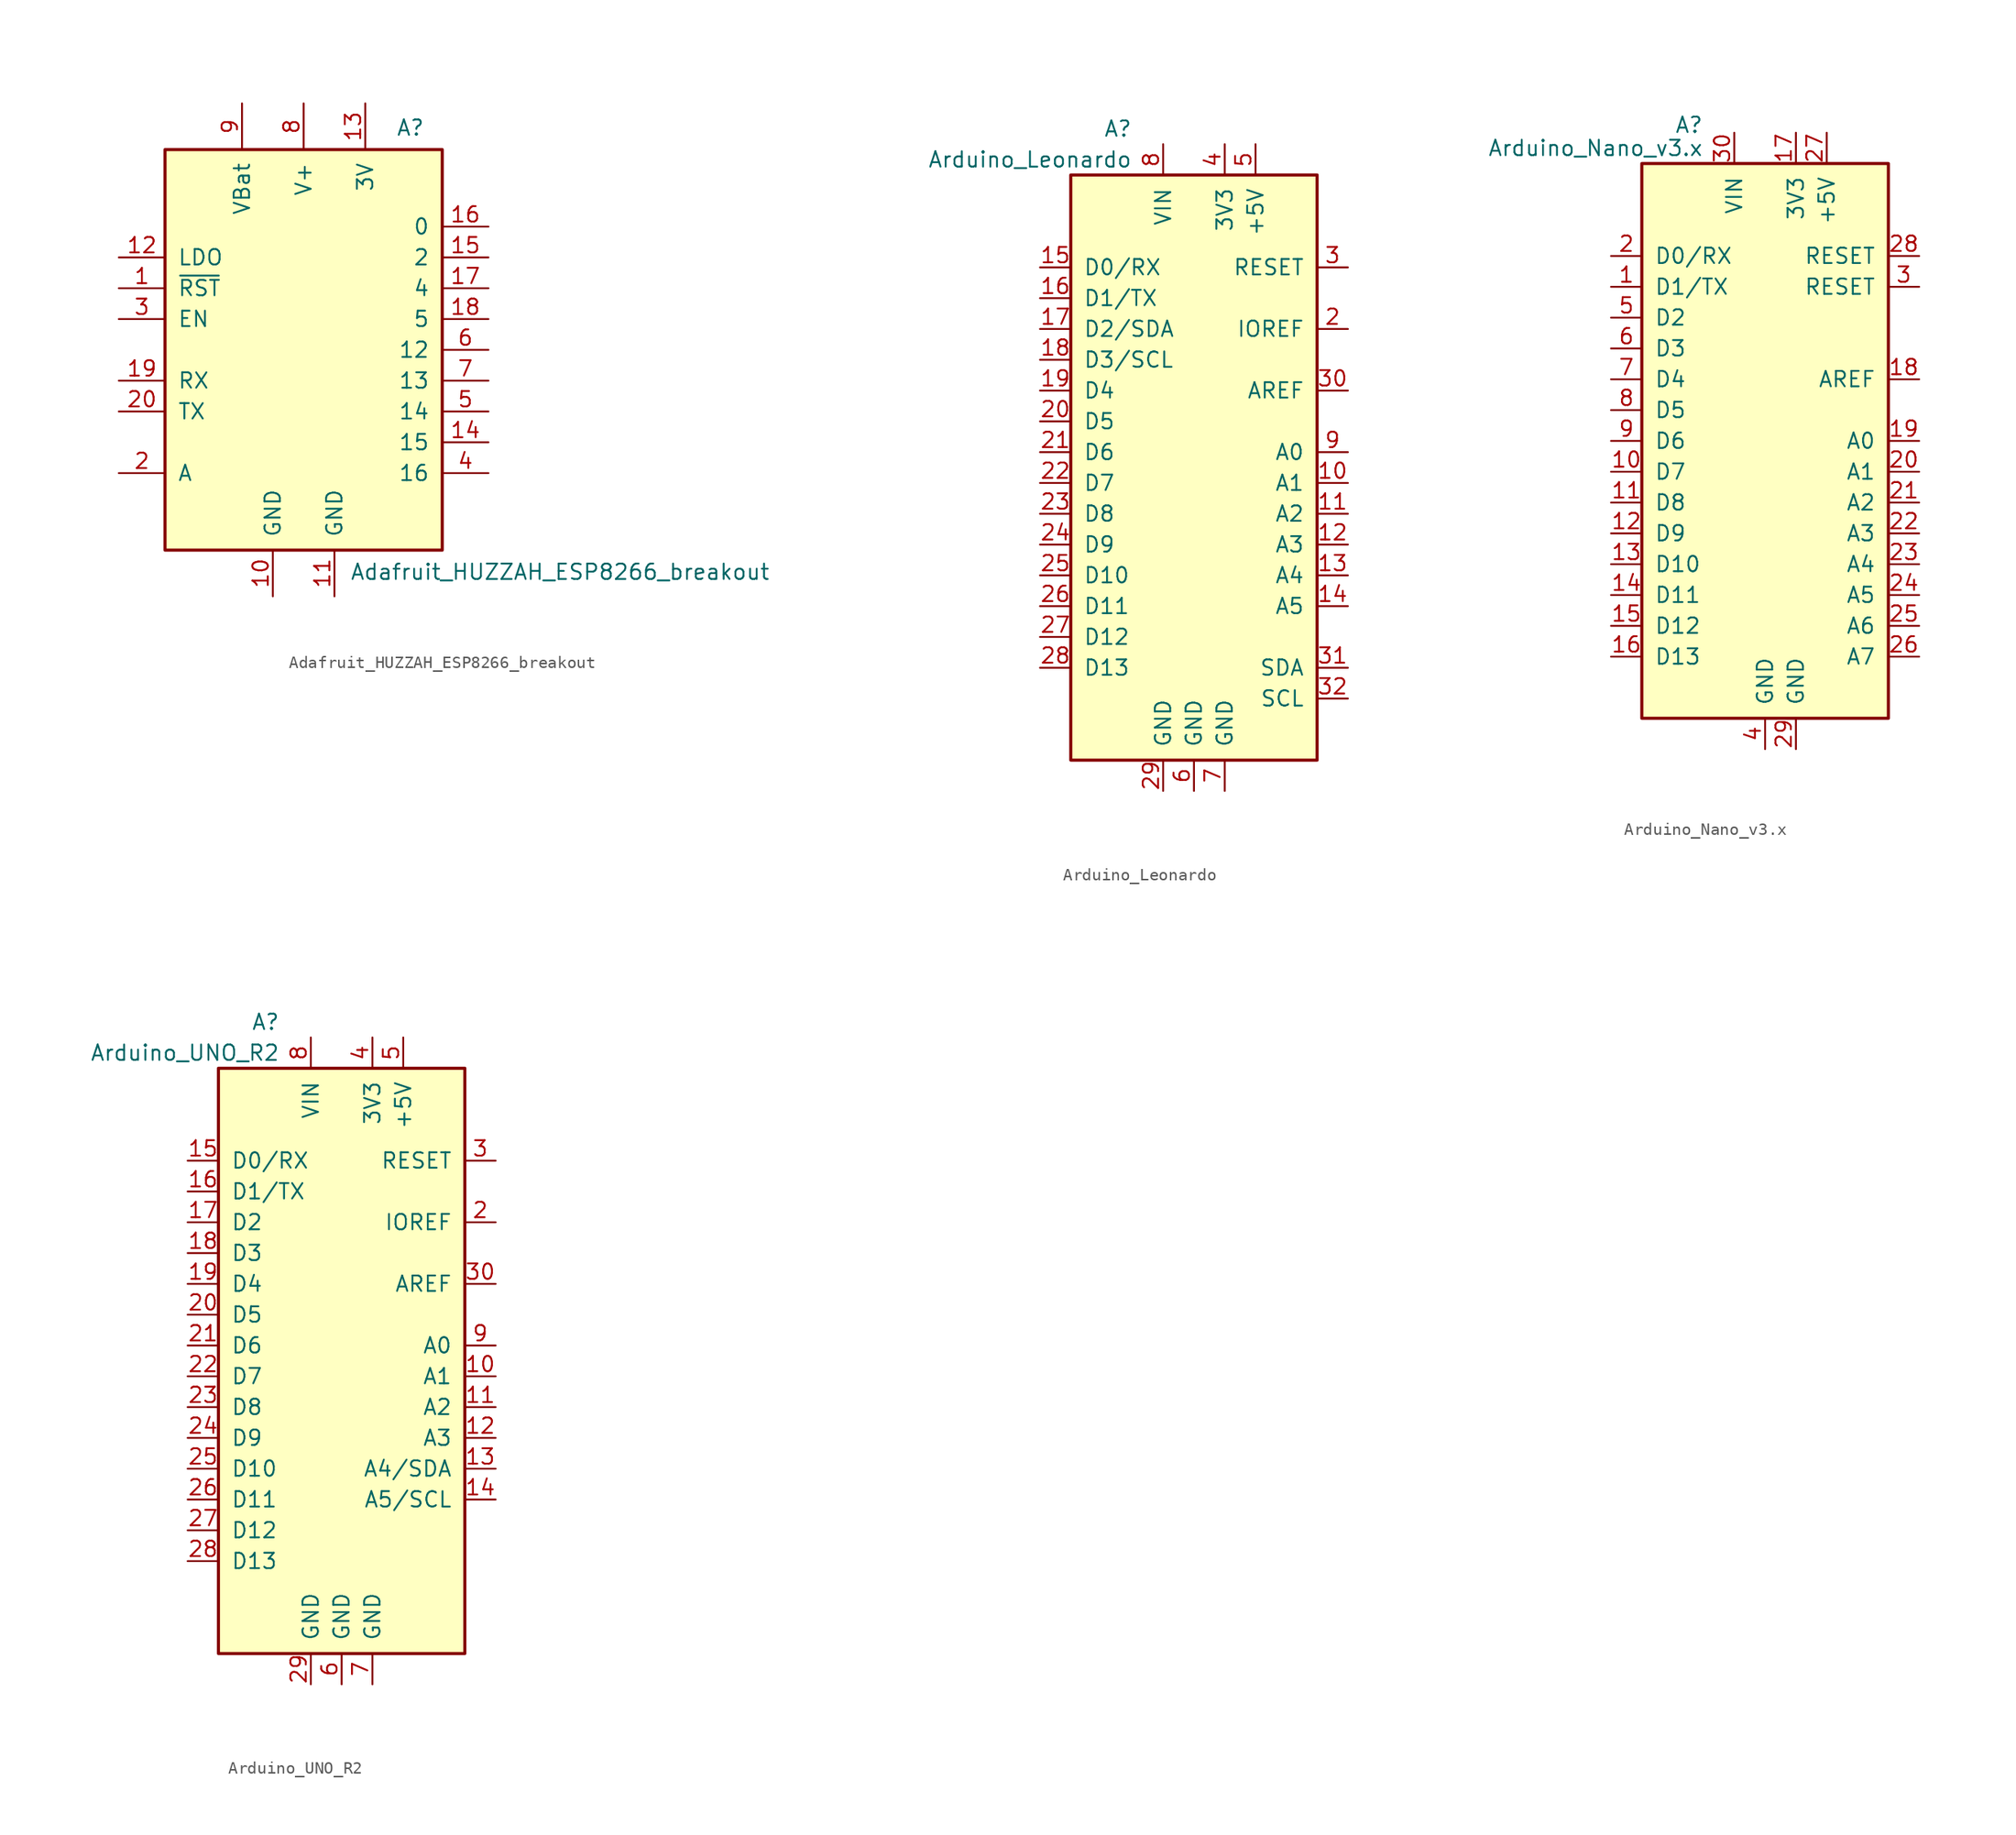
<source format=kicad_sym>
(kicad_symbol_lib
  (version 20201005)
  (generator kicad_symbol_editor)
  (symbol "Adafruit_HUZZAH_ESP8266_breakout"
    (pin_names
      (offset 1.016))
    (property "Reference" "A"
      (at 7.62 19.05 0)
      (effects (font (size 1.27 1.27)) (justify left top)))
    (property "Value" "Adafruit_HUZZAH_ESP8266_breakout"
      (at 3.81 -19.05 0)
      (effects (font (size 1.27 1.27)) (justify left bottom)))
    (symbol "Adafruit_HUZZAH_ESP8266_breakout_0_1"
      (rectangle (start -11.43 16.51) (end 11.43 -16.51) (stroke (width 0.254)) (fill (type background))))
    (symbol "Adafruit_HUZZAH_ESP8266_breakout_1_1"
      (pin input line (at -15.24 5.08 0) (length 3.81) (name "~RST" (effects (font (size 1.27 1.27)))) (number "1" (effects (font (size 1.27 1.27)))))
      (pin power_in line (at -2.54 -20.32 90) (length 3.81) (name "GND" (effects (font (size 1.27 1.27)))) (number "10" (effects (font (size 1.27 1.27)))))
      (pin power_in line (at 2.54 -20.32 90) (length 3.81) (name "GND" (effects (font (size 1.27 1.27)))) (number "11" (effects (font (size 1.27 1.27)))))
      (pin input line (at -15.24 7.62 0) (length 3.81) (name "LDO" (effects (font (size 1.27 1.27)))) (number "12" (effects (font (size 1.27 1.27)))))
      (pin power_out line (at 5.08 20.32 270) (length 3.81) (name "3V" (effects (font (size 1.27 1.27)))) (number "13" (effects (font (size 1.27 1.27)))))
      (pin bidirectional line (at 15.24 -7.62 180) (length 3.81) (name "15" (effects (font (size 1.27 1.27)))) (number "14" (effects (font (size 1.27 1.27)))))
      (pin bidirectional line (at 15.24 7.62 180) (length 3.81) (name "2" (effects (font (size 1.27 1.27)))) (number "15" (effects (font (size 1.27 1.27)))))
      (pin bidirectional line (at 15.24 10.16 180) (length 3.81) (name "0" (effects (font (size 1.27 1.27)))) (number "16" (effects (font (size 1.27 1.27)))))
      (pin bidirectional line (at 15.24 5.08 180) (length 3.81) (name "4" (effects (font (size 1.27 1.27)))) (number "17" (effects (font (size 1.27 1.27)))))
      (pin bidirectional line (at 15.24 2.54 180) (length 3.81) (name "5" (effects (font (size 1.27 1.27)))) (number "18" (effects (font (size 1.27 1.27)))))
      (pin input line (at -15.24 -2.54 0) (length 3.81) (name "RX" (effects (font (size 1.27 1.27)))) (number "19" (effects (font (size 1.27 1.27)))))
      (pin input line (at -15.24 -10.16 0) (length 3.81) (name "A" (effects (font (size 1.27 1.27)))) (number "2" (effects (font (size 1.27 1.27)))))
      (pin output line (at -15.24 -5.08 0) (length 3.81) (name "TX" (effects (font (size 1.27 1.27)))) (number "20" (effects (font (size 1.27 1.27)))))
      (pin input line (at -15.24 2.54 0) (length 3.81) (name "EN" (effects (font (size 1.27 1.27)))) (number "3" (effects (font (size 1.27 1.27)))))
      (pin bidirectional line (at 15.24 -10.16 180) (length 3.81) (name "16" (effects (font (size 1.27 1.27)))) (number "4" (effects (font (size 1.27 1.27)))))
      (pin bidirectional line (at 15.24 -5.08 180) (length 3.81) (name "14" (effects (font (size 1.27 1.27)))) (number "5" (effects (font (size 1.27 1.27)))))
      (pin bidirectional line (at 15.24 0 180) (length 3.81) (name "12" (effects (font (size 1.27 1.27)))) (number "6" (effects (font (size 1.27 1.27)))))
      (pin bidirectional line (at 15.24 -2.54 180) (length 3.81) (name "13" (effects (font (size 1.27 1.27)))) (number "7" (effects (font (size 1.27 1.27)))))
      (pin power_in line (at 0 20.32 270) (length 3.81) (name "V+" (effects (font (size 1.27 1.27)))) (number "8" (effects (font (size 1.27 1.27)))))
      (pin power_in line (at -5.08 20.32 270) (length 3.81) (name "VBat" (effects (font (size 1.27 1.27)))) (number "9" (effects (font (size 1.27 1.27)))))))
  (symbol "Arduino_Leonardo"
    (pin_names
      (offset 1.016))
    (property "Reference" "A"
      (at -5.08 26.67 0)
      (effects (font (size 1.27 1.27)) (justify right)))
    (property "Value" "Arduino_Leonardo"
      (at -5.08 24.13 0)
      (effects (font (size 1.27 1.27)) (justify right)))
    (symbol "Arduino_Leonardo_0_1"
      (rectangle (start -10.16 22.86) (end 10.16 -25.4) (stroke (width 0.254)) (fill (type background))))
    (symbol "Arduino_Leonardo_1_1"
      (pin no_connect line (at -12.7 -20.32 0) (length 2.54) hide (name "NC" (effects (font (size 1.27 1.27)))) (number "1" (effects (font (size 1.27 1.27)))))
      (pin bidirectional line (at 12.7 -2.54 180) (length 2.54) (name "A1" (effects (font (size 1.27 1.27)))) (number "10" (effects (font (size 1.27 1.27)))))
      (pin bidirectional line (at 12.7 -5.08 180) (length 2.54) (name "A2" (effects (font (size 1.27 1.27)))) (number "11" (effects (font (size 1.27 1.27)))))
      (pin bidirectional line (at 12.7 -7.62 180) (length 2.54) (name "A3" (effects (font (size 1.27 1.27)))) (number "12" (effects (font (size 1.27 1.27)))))
      (pin bidirectional line (at 12.7 -10.16 180) (length 2.54) (name "A4" (effects (font (size 1.27 1.27)))) (number "13" (effects (font (size 1.27 1.27)))))
      (pin bidirectional line (at 12.7 -12.7 180) (length 2.54) (name "A5" (effects (font (size 1.27 1.27)))) (number "14" (effects (font (size 1.27 1.27)))))
      (pin bidirectional line (at -12.7 15.24 0) (length 2.54) (name "D0/RX" (effects (font (size 1.27 1.27)))) (number "15" (effects (font (size 1.27 1.27)))))
      (pin bidirectional line (at -12.7 12.7 0) (length 2.54) (name "D1/TX" (effects (font (size 1.27 1.27)))) (number "16" (effects (font (size 1.27 1.27)))))
      (pin bidirectional line (at -12.7 10.16 0) (length 2.54) (name "D2/SDA" (effects (font (size 1.27 1.27)))) (number "17" (effects (font (size 1.27 1.27)))))
      (pin bidirectional line (at -12.7 7.62 0) (length 2.54) (name "D3/SCL" (effects (font (size 1.27 1.27)))) (number "18" (effects (font (size 1.27 1.27)))))
      (pin bidirectional line (at -12.7 5.08 0) (length 2.54) (name "D4" (effects (font (size 1.27 1.27)))) (number "19" (effects (font (size 1.27 1.27)))))
      (pin output line (at 12.7 10.16 180) (length 2.54) (name "IOREF" (effects (font (size 1.27 1.27)))) (number "2" (effects (font (size 1.27 1.27)))))
      (pin bidirectional line (at -12.7 2.54 0) (length 2.54) (name "D5" (effects (font (size 1.27 1.27)))) (number "20" (effects (font (size 1.27 1.27)))))
      (pin bidirectional line (at -12.7 0 0) (length 2.54) (name "D6" (effects (font (size 1.27 1.27)))) (number "21" (effects (font (size 1.27 1.27)))))
      (pin bidirectional line (at -12.7 -2.54 0) (length 2.54) (name "D7" (effects (font (size 1.27 1.27)))) (number "22" (effects (font (size 1.27 1.27)))))
      (pin bidirectional line (at -12.7 -5.08 0) (length 2.54) (name "D8" (effects (font (size 1.27 1.27)))) (number "23" (effects (font (size 1.27 1.27)))))
      (pin bidirectional line (at -12.7 -7.62 0) (length 2.54) (name "D9" (effects (font (size 1.27 1.27)))) (number "24" (effects (font (size 1.27 1.27)))))
      (pin bidirectional line (at -12.7 -10.16 0) (length 2.54) (name "D10" (effects (font (size 1.27 1.27)))) (number "25" (effects (font (size 1.27 1.27)))))
      (pin bidirectional line (at -12.7 -12.7 0) (length 2.54) (name "D11" (effects (font (size 1.27 1.27)))) (number "26" (effects (font (size 1.27 1.27)))))
      (pin bidirectional line (at -12.7 -15.24 0) (length 2.54) (name "D12" (effects (font (size 1.27 1.27)))) (number "27" (effects (font (size 1.27 1.27)))))
      (pin bidirectional line (at -12.7 -17.78 0) (length 2.54) (name "D13" (effects (font (size 1.27 1.27)))) (number "28" (effects (font (size 1.27 1.27)))))
      (pin power_in line (at -2.54 -27.94 90) (length 2.54) (name "GND" (effects (font (size 1.27 1.27)))) (number "29" (effects (font (size 1.27 1.27)))))
      (pin input line (at 12.7 15.24 180) (length 2.54) (name "RESET" (effects (font (size 1.27 1.27)))) (number "3" (effects (font (size 1.27 1.27)))))
      (pin input line (at 12.7 5.08 180) (length 2.54) (name "AREF" (effects (font (size 1.27 1.27)))) (number "30" (effects (font (size 1.27 1.27)))))
      (pin bidirectional line (at 12.7 -17.78 180) (length 2.54) (name "SDA" (effects (font (size 1.27 1.27)))) (number "31" (effects (font (size 1.27 1.27)))))
      (pin bidirectional line (at 12.7 -20.32 180) (length 2.54) (name "SCL" (effects (font (size 1.27 1.27)))) (number "32" (effects (font (size 1.27 1.27)))))
      (pin power_out line (at 2.54 25.4 270) (length 2.54) (name "3V3" (effects (font (size 1.27 1.27)))) (number "4" (effects (font (size 1.27 1.27)))))
      (pin power_out line (at 5.08 25.4 270) (length 2.54) (name "+5V" (effects (font (size 1.27 1.27)))) (number "5" (effects (font (size 1.27 1.27)))))
      (pin power_in line (at 0 -27.94 90) (length 2.54) (name "GND" (effects (font (size 1.27 1.27)))) (number "6" (effects (font (size 1.27 1.27)))))
      (pin power_in line (at 2.54 -27.94 90) (length 2.54) (name "GND" (effects (font (size 1.27 1.27)))) (number "7" (effects (font (size 1.27 1.27)))))
      (pin power_in line (at -2.54 25.4 270) (length 2.54) (name "VIN" (effects (font (size 1.27 1.27)))) (number "8" (effects (font (size 1.27 1.27)))))
      (pin bidirectional line (at 12.7 0 180) (length 2.54) (name "A0" (effects (font (size 1.27 1.27)))) (number "9" (effects (font (size 1.27 1.27)))))))
  (symbol "Arduino_Nano_v3.x"
    (pin_names
      (offset 1.016))
    (property "Reference" "A"
      (at -5.08 26.035 0)
      (effects (font (size 1.27 1.27)) (justify right)))
    (property "Value" "Arduino_Nano_v3.x"
      (at -5.08 24.13 0)
      (effects (font (size 1.27 1.27)) (justify right)))
    (symbol "Arduino_Nano_v3.x_0_1"
      (rectangle (start -10.16 22.86) (end 10.16 -22.86) (stroke (width 0.254)) (fill (type background))))
    (symbol "Arduino_Nano_v3.x_1_1"
      (pin bidirectional line (at -12.7 12.7 0) (length 2.54) (name "D1/TX" (effects (font (size 1.27 1.27)))) (number "1" (effects (font (size 1.27 1.27)))))
      (pin bidirectional line (at -12.7 -2.54 0) (length 2.54) (name "D7" (effects (font (size 1.27 1.27)))) (number "10" (effects (font (size 1.27 1.27)))))
      (pin bidirectional line (at -12.7 -5.08 0) (length 2.54) (name "D8" (effects (font (size 1.27 1.27)))) (number "11" (effects (font (size 1.27 1.27)))))
      (pin bidirectional line (at -12.7 -7.62 0) (length 2.54) (name "D9" (effects (font (size 1.27 1.27)))) (number "12" (effects (font (size 1.27 1.27)))))
      (pin bidirectional line (at -12.7 -10.16 0) (length 2.54) (name "D10" (effects (font (size 1.27 1.27)))) (number "13" (effects (font (size 1.27 1.27)))))
      (pin bidirectional line (at -12.7 -12.7 0) (length 2.54) (name "D11" (effects (font (size 1.27 1.27)))) (number "14" (effects (font (size 1.27 1.27)))))
      (pin bidirectional line (at -12.7 -15.24 0) (length 2.54) (name "D12" (effects (font (size 1.27 1.27)))) (number "15" (effects (font (size 1.27 1.27)))))
      (pin bidirectional line (at -12.7 -17.78 0) (length 2.54) (name "D13" (effects (font (size 1.27 1.27)))) (number "16" (effects (font (size 1.27 1.27)))))
      (pin power_out line (at 2.54 25.4 270) (length 2.54) (name "3V3" (effects (font (size 1.27 1.27)))) (number "17" (effects (font (size 1.27 1.27)))))
      (pin input line (at 12.7 5.08 180) (length 2.54) (name "AREF" (effects (font (size 1.27 1.27)))) (number "18" (effects (font (size 1.27 1.27)))))
      (pin bidirectional line (at 12.7 0 180) (length 2.54) (name "A0" (effects (font (size 1.27 1.27)))) (number "19" (effects (font (size 1.27 1.27)))))
      (pin bidirectional line (at -12.7 15.24 0) (length 2.54) (name "D0/RX" (effects (font (size 1.27 1.27)))) (number "2" (effects (font (size 1.27 1.27)))))
      (pin bidirectional line (at 12.7 -2.54 180) (length 2.54) (name "A1" (effects (font (size 1.27 1.27)))) (number "20" (effects (font (size 1.27 1.27)))))
      (pin bidirectional line (at 12.7 -5.08 180) (length 2.54) (name "A2" (effects (font (size 1.27 1.27)))) (number "21" (effects (font (size 1.27 1.27)))))
      (pin bidirectional line (at 12.7 -7.62 180) (length 2.54) (name "A3" (effects (font (size 1.27 1.27)))) (number "22" (effects (font (size 1.27 1.27)))))
      (pin bidirectional line (at 12.7 -10.16 180) (length 2.54) (name "A4" (effects (font (size 1.27 1.27)))) (number "23" (effects (font (size 1.27 1.27)))))
      (pin bidirectional line (at 12.7 -12.7 180) (length 2.54) (name "A5" (effects (font (size 1.27 1.27)))) (number "24" (effects (font (size 1.27 1.27)))))
      (pin bidirectional line (at 12.7 -15.24 180) (length 2.54) (name "A6" (effects (font (size 1.27 1.27)))) (number "25" (effects (font (size 1.27 1.27)))))
      (pin bidirectional line (at 12.7 -17.78 180) (length 2.54) (name "A7" (effects (font (size 1.27 1.27)))) (number "26" (effects (font (size 1.27 1.27)))))
      (pin power_out line (at 5.08 25.4 270) (length 2.54) (name "+5V" (effects (font (size 1.27 1.27)))) (number "27" (effects (font (size 1.27 1.27)))))
      (pin input line (at 12.7 15.24 180) (length 2.54) (name "RESET" (effects (font (size 1.27 1.27)))) (number "28" (effects (font (size 1.27 1.27)))))
      (pin power_in line (at 2.54 -25.4 90) (length 2.54) (name "GND" (effects (font (size 1.27 1.27)))) (number "29" (effects (font (size 1.27 1.27)))))
      (pin input line (at 12.7 12.7 180) (length 2.54) (name "RESET" (effects (font (size 1.27 1.27)))) (number "3" (effects (font (size 1.27 1.27)))))
      (pin power_in line (at -2.54 25.4 270) (length 2.54) (name "VIN" (effects (font (size 1.27 1.27)))) (number "30" (effects (font (size 1.27 1.27)))))
      (pin power_in line (at 0 -25.4 90) (length 2.54) (name "GND" (effects (font (size 1.27 1.27)))) (number "4" (effects (font (size 1.27 1.27)))))
      (pin bidirectional line (at -12.7 10.16 0) (length 2.54) (name "D2" (effects (font (size 1.27 1.27)))) (number "5" (effects (font (size 1.27 1.27)))))
      (pin bidirectional line (at -12.7 7.62 0) (length 2.54) (name "D3" (effects (font (size 1.27 1.27)))) (number "6" (effects (font (size 1.27 1.27)))))
      (pin bidirectional line (at -12.7 5.08 0) (length 2.54) (name "D4" (effects (font (size 1.27 1.27)))) (number "7" (effects (font (size 1.27 1.27)))))
      (pin bidirectional line (at -12.7 2.54 0) (length 2.54) (name "D5" (effects (font (size 1.27 1.27)))) (number "8" (effects (font (size 1.27 1.27)))))
      (pin bidirectional line (at -12.7 0 0) (length 2.54) (name "D6" (effects (font (size 1.27 1.27)))) (number "9" (effects (font (size 1.27 1.27)))))))
  (symbol "Arduino_UNO_R2"
    (pin_names
      (offset 1.016))
    (property "Reference" "A"
      (at -5.08 26.67 0)
      (effects (font (size 1.27 1.27)) (justify right)))
    (property "Value" "Arduino_UNO_R2"
      (at -5.08 24.13 0)
      (effects (font (size 1.27 1.27)) (justify right)))
    (symbol "Arduino_UNO_R2_0_1"
      (rectangle (start -10.16 22.86) (end 10.16 -25.4) (stroke (width 0.254)) (fill (type background))))
    (symbol "Arduino_UNO_R2_1_1"
      (pin no_connect line (at -12.7 -20.32 0) (length 2.54) hide (name "NC" (effects (font (size 1.27 1.27)))) (number "1" (effects (font (size 1.27 1.27)))))
      (pin bidirectional line (at 12.7 -2.54 180) (length 2.54) (name "A1" (effects (font (size 1.27 1.27)))) (number "10" (effects (font (size 1.27 1.27)))))
      (pin bidirectional line (at 12.7 -5.08 180) (length 2.54) (name "A2" (effects (font (size 1.27 1.27)))) (number "11" (effects (font (size 1.27 1.27)))))
      (pin bidirectional line (at 12.7 -7.62 180) (length 2.54) (name "A3" (effects (font (size 1.27 1.27)))) (number "12" (effects (font (size 1.27 1.27)))))
      (pin bidirectional line (at 12.7 -10.16 180) (length 2.54) (name "A4/SDA" (effects (font (size 1.27 1.27)))) (number "13" (effects (font (size 1.27 1.27)))))
      (pin bidirectional line (at 12.7 -12.7 180) (length 2.54) (name "A5/SCL" (effects (font (size 1.27 1.27)))) (number "14" (effects (font (size 1.27 1.27)))))
      (pin bidirectional line (at -12.7 15.24 0) (length 2.54) (name "D0/RX" (effects (font (size 1.27 1.27)))) (number "15" (effects (font (size 1.27 1.27)))))
      (pin bidirectional line (at -12.7 12.7 0) (length 2.54) (name "D1/TX" (effects (font (size 1.27 1.27)))) (number "16" (effects (font (size 1.27 1.27)))))
      (pin bidirectional line (at -12.7 10.16 0) (length 2.54) (name "D2" (effects (font (size 1.27 1.27)))) (number "17" (effects (font (size 1.27 1.27)))))
      (pin bidirectional line (at -12.7 7.62 0) (length 2.54) (name "D3" (effects (font (size 1.27 1.27)))) (number "18" (effects (font (size 1.27 1.27)))))
      (pin bidirectional line (at -12.7 5.08 0) (length 2.54) (name "D4" (effects (font (size 1.27 1.27)))) (number "19" (effects (font (size 1.27 1.27)))))
      (pin output line (at 12.7 10.16 180) (length 2.54) (name "IOREF" (effects (font (size 1.27 1.27)))) (number "2" (effects (font (size 1.27 1.27)))))
      (pin bidirectional line (at -12.7 2.54 0) (length 2.54) (name "D5" (effects (font (size 1.27 1.27)))) (number "20" (effects (font (size 1.27 1.27)))))
      (pin bidirectional line (at -12.7 0 0) (length 2.54) (name "D6" (effects (font (size 1.27 1.27)))) (number "21" (effects (font (size 1.27 1.27)))))
      (pin bidirectional line (at -12.7 -2.54 0) (length 2.54) (name "D7" (effects (font (size 1.27 1.27)))) (number "22" (effects (font (size 1.27 1.27)))))
      (pin bidirectional line (at -12.7 -5.08 0) (length 2.54) (name "D8" (effects (font (size 1.27 1.27)))) (number "23" (effects (font (size 1.27 1.27)))))
      (pin bidirectional line (at -12.7 -7.62 0) (length 2.54) (name "D9" (effects (font (size 1.27 1.27)))) (number "24" (effects (font (size 1.27 1.27)))))
      (pin bidirectional line (at -12.7 -10.16 0) (length 2.54) (name "D10" (effects (font (size 1.27 1.27)))) (number "25" (effects (font (size 1.27 1.27)))))
      (pin bidirectional line (at -12.7 -12.7 0) (length 2.54) (name "D11" (effects (font (size 1.27 1.27)))) (number "26" (effects (font (size 1.27 1.27)))))
      (pin bidirectional line (at -12.7 -15.24 0) (length 2.54) (name "D12" (effects (font (size 1.27 1.27)))) (number "27" (effects (font (size 1.27 1.27)))))
      (pin bidirectional line (at -12.7 -17.78 0) (length 2.54) (name "D13" (effects (font (size 1.27 1.27)))) (number "28" (effects (font (size 1.27 1.27)))))
      (pin power_in line (at -2.54 -27.94 90) (length 2.54) (name "GND" (effects (font (size 1.27 1.27)))) (number "29" (effects (font (size 1.27 1.27)))))
      (pin input line (at 12.7 15.24 180) (length 2.54) (name "RESET" (effects (font (size 1.27 1.27)))) (number "3" (effects (font (size 1.27 1.27)))))
      (pin input line (at 12.7 5.08 180) (length 2.54) (name "AREF" (effects (font (size 1.27 1.27)))) (number "30" (effects (font (size 1.27 1.27)))))
      (pin power_out line (at 2.54 25.4 270) (length 2.54) (name "3V3" (effects (font (size 1.27 1.27)))) (number "4" (effects (font (size 1.27 1.27)))))
      (pin power_out line (at 5.08 25.4 270) (length 2.54) (name "+5V" (effects (font (size 1.27 1.27)))) (number "5" (effects (font (size 1.27 1.27)))))
      (pin power_in line (at 0 -27.94 90) (length 2.54) (name "GND" (effects (font (size 1.27 1.27)))) (number "6" (effects (font (size 1.27 1.27)))))
      (pin power_in line (at 2.54 -27.94 90) (length 2.54) (name "GND" (effects (font (size 1.27 1.27)))) (number "7" (effects (font (size 1.27 1.27)))))
      (pin power_in line (at -2.54 25.4 270) (length 2.54) (name "VIN" (effects (font (size 1.27 1.27)))) (number "8" (effects (font (size 1.27 1.27)))))
      (pin bidirectional line (at 12.7 0 180) (length 2.54) (name "A0" (effects (font (size 1.27 1.27)))) (number "9" (effects (font (size 1.27 1.27))))))))
</source>
